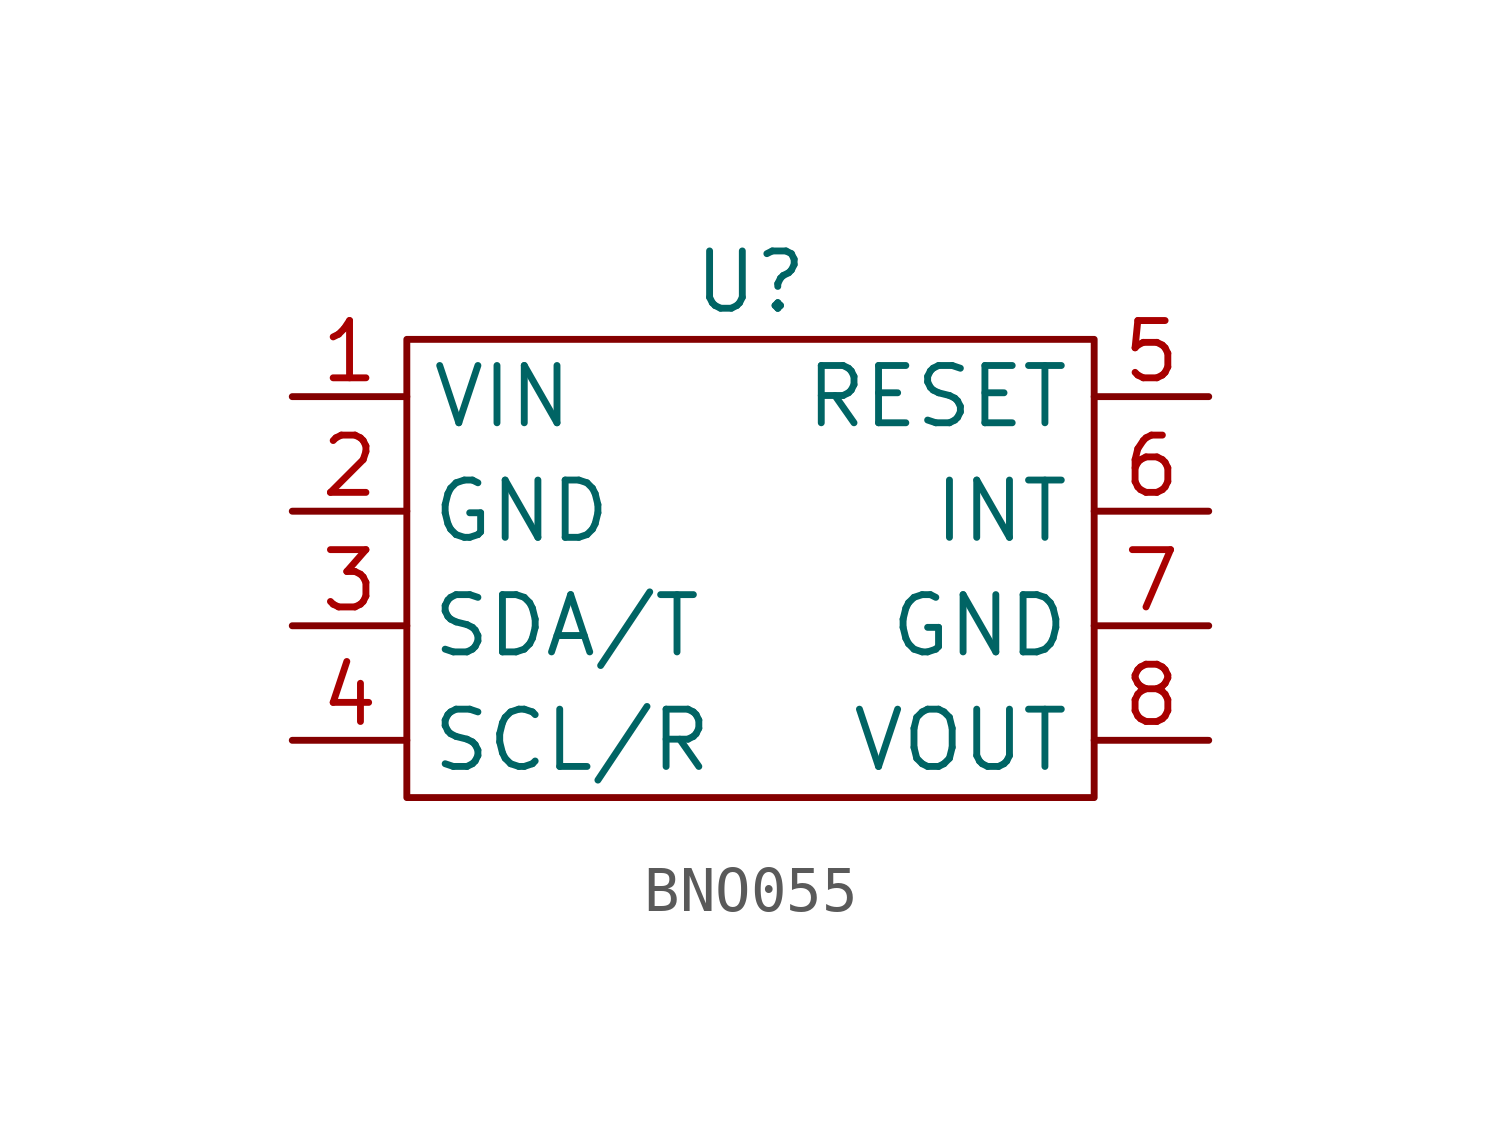
<source format=kicad_sym>
(kicad_symbol_lib
  (version 20220914)
  (generator kicad_symbol_editor)
  (symbol "BNO055"
    (property "Reference" "U"
      (at 0 0 0)
      (effects (font (size 1.27 1.27))))
    (property "Value" ""
      (at 0 0 0)
      (effects (font (size 1.27 1.27))))
    (symbol "BNO055_0_1"
      (rectangle (start -7.62 -1.27) (end 7.62 -11.43) (stroke (width 0) (type default)) (fill (type none))))
    (symbol "BNO055_1_1"
      (pin passive line (at -10.16 -2.54 0) (length 2.54) (name "VIN" (effects (font (size 1.27 1.27)))) (number "1" (effects (font (size 1.27 1.27)))))
      (pin passive line (at -10.16 -5.08 0) (length 2.54) (name "GND" (effects (font (size 1.27 1.27)))) (number "2" (effects (font (size 1.27 1.27)))))
      (pin passive line (at -10.16 -7.62 0) (length 2.54) (name "SDA/T" (effects (font (size 1.27 1.27)))) (number "3" (effects (font (size 1.27 1.27)))))
      (pin passive line (at -10.16 -10.16 0) (length 2.54) (name "SCL/R" (effects (font (size 1.27 1.27)))) (number "4" (effects (font (size 1.27 1.27)))))
      (pin passive line (at 10.16 -2.54 180) (length 2.54) (name "RESET" (effects (font (size 1.27 1.27)))) (number "5" (effects (font (size 1.27 1.27)))))
      (pin passive line (at 10.16 -5.08 180) (length 2.54) (name "INT" (effects (font (size 1.27 1.27)))) (number "6" (effects (font (size 1.27 1.27)))))
      (pin passive line (at 10.16 -7.62 180) (length 2.54) (name "GND" (effects (font (size 1.27 1.27)))) (number "7" (effects (font (size 1.27 1.27)))))
      (pin passive line (at 10.16 -10.16 180) (length 2.54) (name "VOUT" (effects (font (size 1.27 1.27)))) (number "8" (effects (font (size 1.27 1.27))))))))
</source>
